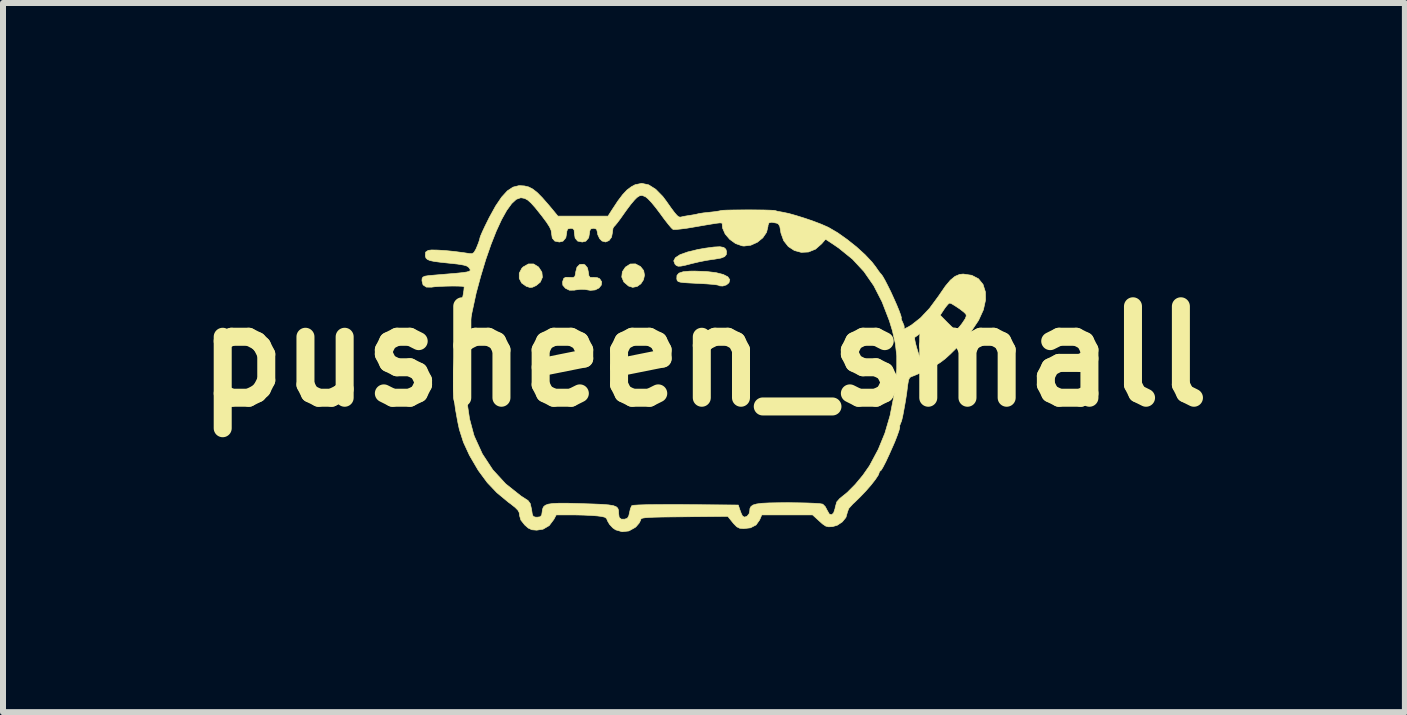
<source format=kicad_pcb>
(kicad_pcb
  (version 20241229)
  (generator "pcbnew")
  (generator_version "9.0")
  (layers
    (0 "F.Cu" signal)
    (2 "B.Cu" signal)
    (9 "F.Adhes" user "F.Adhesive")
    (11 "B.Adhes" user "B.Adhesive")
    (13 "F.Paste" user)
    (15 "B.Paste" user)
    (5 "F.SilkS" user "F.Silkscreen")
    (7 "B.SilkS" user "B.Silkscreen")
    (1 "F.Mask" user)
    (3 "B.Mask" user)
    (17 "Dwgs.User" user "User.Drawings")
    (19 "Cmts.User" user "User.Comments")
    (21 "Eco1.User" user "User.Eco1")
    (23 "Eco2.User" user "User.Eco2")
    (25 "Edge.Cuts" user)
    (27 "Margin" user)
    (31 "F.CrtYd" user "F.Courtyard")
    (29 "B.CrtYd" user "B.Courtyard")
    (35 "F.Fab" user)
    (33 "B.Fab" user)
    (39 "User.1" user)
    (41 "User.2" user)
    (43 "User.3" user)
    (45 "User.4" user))
  (footprint "pusheen_small"
    (layer "F.Cu")
    (at 8.68 2.888)
    (property "Reference" "pusheen_small" (at 0 0 0) (layer "F.SilkS") (effects (font (size 1.524 1.524) (thickness 0.3))))
    (attr through_hole)
    (fp_poly (pts (xy -1.058 -1.497) (xy -1.005 -1.43) (xy -0.991 -1.353) (xy -1.008 -1.276) (xy -1.051 -1.21) (xy -1.113 -1.165) (xy -1.187 -1.15) (xy -1.257 -1.172) (xy -1.335 -1.239) (xy -1.37 -1.322) (xy -1.36 -1.41) (xy -1.309 -1.487) (xy -1.228 -1.539) (xy -1.142 -1.541) (xy -1.058 -1.497)) (stroke (width 0.01) (type solid)) (fill yes) (layer "F.SilkS"))
    (fp_poly (pts (xy -2.758 -1.49) (xy -2.755 -1.487) (xy -2.701 -1.404) (xy -2.692 -1.317) (xy -2.727 -1.237) (xy -2.796 -1.18) (xy -2.857 -1.152) (xy -2.9 -1.148) (xy -2.954 -1.165) (xy -2.96 -1.167) (xy -3.038 -1.222) (xy -3.078 -1.299) (xy -3.078 -1.386) (xy -3.036 -1.467) (xy -3.013 -1.49) (xy -2.925 -1.54) (xy -2.839 -1.54) (xy -2.758 -1.49)) (stroke (width 0.01) (type solid)) (fill yes) (layer "F.SilkS"))
    (fp_poly (pts (xy 0.33 -1.815) (xy 0.364 -1.786) (xy 0.376 -1.748) (xy 0.373 -1.698) (xy 0.344 -1.662) (xy 0.283 -1.638) (xy 0.181 -1.62) (xy 0.14 -1.615) (xy 0.033 -1.598) (xy -0.092 -1.573) (xy -0.197 -1.548) (xy -0.309 -1.519) (xy -0.383 -1.504) (xy -0.43 -1.502) (xy -0.46 -1.514) (xy -0.482 -1.535) (xy -0.504 -1.591) (xy -0.476 -1.644) (xy -0.4 -1.694) (xy -0.274 -1.739) (xy -0.101 -1.781) (xy 0.025 -1.803) (xy 0.167 -1.822) (xy 0.266 -1.827) (xy 0.33 -1.815)) (stroke (width 0.01) (type solid)) (fill yes) (layer "F.SilkS"))
    (fp_poly (pts (xy 0.042 -1.414) (xy 0.201 -1.395) (xy 0.32 -1.365) (xy 0.397 -1.326) (xy 0.43 -1.278) (xy 0.416 -1.226) (xy 0.374 -1.191) (xy 0.314 -1.172) (xy 0.261 -1.175) (xy 0.247 -1.184) (xy 0.217 -1.191) (xy 0.145 -1.2) (xy 0.043 -1.208) (xy -0.08 -1.215) (xy -0.107 -1.216) (xy -0.244 -1.223) (xy -0.337 -1.229) (xy -0.397 -1.237) (xy -0.43 -1.248) (xy -0.446 -1.264) (xy -0.452 -1.287) (xy -0.453 -1.294) (xy -0.45 -1.349) (xy -0.417 -1.387) (xy -0.348 -1.41) (xy -0.239 -1.42) (xy -0.154 -1.421) (xy 0.042 -1.414)) (stroke (width 0.01) (type solid)) (fill yes) (layer "F.SilkS"))
    (fp_poly (pts (xy -1.983 -1.525) (xy -1.941 -1.474) (xy -1.926 -1.403) (xy -1.917 -1.341) (xy -1.896 -1.316) (xy -1.852 -1.315) (xy -1.846 -1.316) (xy -1.78 -1.312) (xy -1.738 -1.294) (xy -1.704 -1.242) (xy -1.711 -1.187) (xy -1.75 -1.139) (xy -1.813 -1.107) (xy -1.892 -1.1) (xy -1.911 -1.103) (xy -1.99 -1.116) (xy -2.058 -1.117) (xy -2.141 -1.107) (xy -2.16 -1.103) (xy -2.242 -1.102) (xy -2.307 -1.134) (xy -2.31 -1.137) (xy -2.352 -1.185) (xy -2.356 -1.24) (xy -2.352 -1.255) (xy -2.335 -1.301) (xy -2.302 -1.318) (xy -2.241 -1.316) (xy -2.179 -1.314) (xy -2.151 -1.331) (xy -2.14 -1.381) (xy -2.138 -1.403) (xy -2.116 -1.486) (xy -2.07 -1.532) (xy -2.008 -1.535) (xy -1.983 -1.525)) (stroke (width 0.01) (type solid)) (fill yes) (layer "F.SilkS"))
    (fp_poly (pts (xy -0.921 -2.858) (xy -0.804 -2.784) (xy -0.687 -2.665) (xy -0.63 -2.589) (xy -0.549 -2.474) (xy -0.49 -2.395) (xy -0.448 -2.347) (xy -0.418 -2.324) (xy -0.393 -2.32) (xy -0.386 -2.321) (xy -0.335 -2.333) (xy -0.258 -2.346) (xy -0.229 -2.35) (xy -0.158 -2.362) (xy -0.11 -2.372) (xy -0.102 -2.375) (xy -0.071 -2.381) (xy -0.005 -2.391) (xy 0.084 -2.4) (xy 0.089 -2.401) (xy 0.18 -2.411) (xy 0.25 -2.422) (xy 0.285 -2.43) (xy 0.285 -2.43) (xy 0.317 -2.434) (xy 0.388 -2.437) (xy 0.49 -2.439) (xy 0.612 -2.44) (xy 0.744 -2.441) (xy 0.875 -2.44) (xy 0.995 -2.439) (xy 1.095 -2.436) (xy 1.162 -2.433) (xy 1.188 -2.429) (xy 1.223 -2.418) (xy 1.289 -2.406) (xy 1.321 -2.4) (xy 1.413 -2.381) (xy 1.537 -2.346) (xy 1.678 -2.302) (xy 1.821 -2.253) (xy 1.952 -2.203) (xy 2.055 -2.158) (xy 2.078 -2.147) (xy 2.227 -2.06) (xy 2.385 -1.948) (xy 2.541 -1.824) (xy 2.683 -1.695) (xy 2.799 -1.572) (xy 2.86 -1.493) (xy 2.905 -1.428) (xy 2.939 -1.383) (xy 2.95 -1.372) (xy 2.976 -1.338) (xy 3.015 -1.27) (xy 3.062 -1.179) (xy 3.114 -1.074) (xy 3.165 -0.962) (xy 3.213 -0.854) (xy 3.252 -0.759) (xy 3.279 -0.685) (xy 3.29 -0.642) (xy 3.286 -0.635) (xy 3.289 -0.615) (xy 3.31 -0.568) (xy 3.313 -0.562) (xy 3.335 -0.507) (xy 3.336 -0.474) (xy 3.335 -0.473) (xy 3.325 -0.456) (xy 3.352 -0.464) (xy 3.405 -0.491) (xy 3.458 -0.523) (xy 3.607 -0.64) (xy 3.651 -0.686) (xy 3.936 -0.686) (xy 4.057 -0.563) (xy 4.121 -0.5) (xy 4.171 -0.455) (xy 4.197 -0.436) (xy 4.221 -0.453) (xy 4.263 -0.5) (xy 4.303 -0.552) (xy 4.353 -0.627) (xy 4.371 -0.674) (xy 4.363 -0.706) (xy 4.362 -0.707) (xy 4.323 -0.743) (xy 4.262 -0.79) (xy 4.193 -0.836) (xy 4.133 -0.873) (xy 4.096 -0.889) (xy 4.095 -0.889) (xy 4.068 -0.87) (xy 4.026 -0.82) (xy 4.003 -0.787) (xy 3.936 -0.686) (xy 3.651 -0.686) (xy 3.759 -0.801) (xy 3.907 -1.002) (xy 3.926 -1.03) (xy 4.023 -1.171) (xy 4.106 -1.27) (xy 4.183 -1.333) (xy 4.258 -1.365) (xy 4.319 -1.372) (xy 4.462 -1.351) (xy 4.574 -1.293) (xy 4.65 -1.199) (xy 4.69 -1.072) (xy 4.692 -0.94) (xy 4.656 -0.776) (xy 4.576 -0.601) (xy 4.451 -0.414) (xy 4.279 -0.213) (xy 4.216 -0.148) (xy 4.107 -0.04) (xy 4.018 0.041) (xy 3.937 0.102) (xy 3.851 0.155) (xy 3.746 0.209) (xy 3.744 0.21) (xy 3.64 0.259) (xy 3.549 0.301) (xy 3.483 0.328) (xy 3.46 0.336) (xy 3.429 0.353) (xy 3.409 0.394) (xy 3.396 0.469) (xy 3.392 0.499) (xy 3.378 0.613) (xy 3.359 0.735) (xy 3.35 0.787) (xy 3.333 0.882) (xy 3.317 0.968) (xy 3.31 1.003) (xy 3.293 1.074) (xy 3.273 1.124) (xy 3.259 1.16) (xy 3.262 1.168) (xy 3.262 1.19) (xy 3.246 1.247) (xy 3.217 1.328) (xy 3.18 1.423) (xy 3.161 1.467) (xy 3.09 1.627) (xy 3.031 1.754) (xy 2.984 1.845) (xy 2.953 1.896) (xy 2.941 1.905) (xy 2.922 1.925) (xy 2.921 1.934) (xy 2.904 1.979) (xy 2.857 2.05) (xy 2.787 2.14) (xy 2.701 2.239) (xy 2.606 2.339) (xy 2.51 2.433) (xy 2.482 2.458) (xy 2.413 2.534) (xy 2.388 2.601) (xy 2.388 2.604) (xy 2.365 2.684) (xy 2.305 2.758) (xy 2.221 2.814) (xy 2.141 2.837) (xy 2.077 2.84) (xy 2.028 2.828) (xy 1.975 2.792) (xy 1.923 2.745) (xy 1.81 2.642) (xy 0.963 2.642) (xy 0.927 2.726) (xy 0.868 2.809) (xy 0.775 2.857) (xy 0.66 2.87) (xy 0.595 2.864) (xy 0.545 2.839) (xy 0.491 2.783) (xy 0.479 2.768) (xy 0.397 2.666) (xy -0.326 2.673) (xy -0.536 2.675) (xy -0.702 2.677) (xy -0.827 2.68) (xy -0.918 2.684) (xy -0.981 2.689) (xy -1.021 2.695) (xy -1.043 2.704) (xy -1.053 2.716) (xy -1.056 2.731) (xy -1.08 2.778) (xy -1.129 2.835) (xy -1.147 2.851) (xy -1.251 2.909) (xy -1.363 2.922) (xy -1.471 2.891) (xy -1.519 2.858) (xy -1.573 2.8) (xy -1.607 2.742) (xy -1.61 2.734) (xy -1.624 2.7) (xy -1.656 2.679) (xy -1.716 2.666) (xy -1.781 2.658) (xy -1.877 2.651) (xy -2.004 2.645) (xy -2.139 2.642) (xy -2.2 2.642) (xy -2.462 2.642) (xy -2.501 2.716) (xy -2.579 2.82) (xy -2.682 2.88) (xy -2.787 2.896) (xy -2.868 2.889) (xy -2.928 2.861) (xy -2.987 2.809) (xy -3.051 2.728) (xy -3.073 2.652) (xy -3.073 2.645) (xy -3.079 2.603) (xy -3.1 2.564) (xy -3.145 2.518) (xy -3.222 2.457) (xy -3.258 2.431) (xy -3.45 2.272) (xy -3.61 2.104) (xy -3.754 1.909) (xy -3.769 1.886) (xy -3.907 1.65) (xy -4.008 1.431) (xy -4.076 1.218) (xy -4.099 1.111) (xy -4.111 1.048) (xy -4.127 0.958) (xy -4.141 0.882) (xy -4.163 0.711) (xy -4.173 0.5) (xy -4.172 0.413) (xy -3.971 0.413) (xy -3.951 0.741) (xy -3.906 1.041) (xy -3.836 1.304) (xy -3.826 1.333) (xy -3.693 1.625) (xy -3.519 1.89) (xy -3.304 2.124) (xy -3.05 2.326) (xy -2.932 2.402) (xy -2.895 2.452) (xy -2.873 2.548) (xy -2.872 2.554) (xy -2.861 2.629) (xy -2.845 2.666) (xy -2.814 2.678) (xy -2.781 2.68) (xy -2.728 2.673) (xy -2.704 2.643) (xy -2.697 2.597) (xy -2.69 2.548) (xy -2.675 2.509) (xy -2.645 2.482) (xy -2.597 2.463) (xy -2.522 2.452) (xy -2.416 2.447) (xy -2.273 2.447) (xy -2.086 2.452) (xy -2.032 2.454) (xy -1.841 2.46) (xy -1.694 2.466) (xy -1.587 2.475) (xy -1.512 2.487) (xy -1.464 2.505) (xy -1.437 2.529) (xy -1.425 2.562) (xy -1.422 2.605) (xy -1.422 2.617) (xy -1.413 2.684) (xy -1.379 2.712) (xy -1.322 2.713) (xy -1.277 2.698) (xy -1.253 2.658) (xy -1.242 2.609) (xy -1.226 2.539) (xy -1.206 2.492) (xy -1.202 2.488) (xy -1.17 2.481) (xy -1.091 2.476) (xy -0.968 2.472) (xy -0.805 2.47) (xy -0.605 2.469) (xy -0.372 2.469) (xy -0.303 2.47) (xy 0.572 2.477) (xy 0.597 2.553) (xy 0.621 2.617) (xy 0.643 2.661) (xy 0.677 2.679) (xy 0.719 2.663) (xy 0.752 2.622) (xy 0.762 2.579) (xy 0.766 2.535) (xy 0.783 2.502) (xy 0.817 2.477) (xy 0.875 2.46) (xy 0.962 2.448) (xy 1.085 2.442) (xy 1.248 2.439) (xy 1.404 2.438) (xy 1.57 2.44) (xy 1.718 2.443) (xy 1.84 2.448) (xy 1.929 2.454) (xy 1.977 2.462) (xy 1.98 2.463) (xy 2.021 2.504) (xy 2.054 2.567) (xy 2.088 2.627) (xy 2.126 2.64) (xy 2.16 2.609) (xy 2.184 2.536) (xy 2.186 2.52) (xy 2.212 2.426) (xy 2.262 2.369) (xy 2.388 2.267) (xy 2.521 2.133) (xy 2.647 1.982) (xy 2.754 1.829) (xy 2.764 1.812) (xy 2.904 1.55) (xy 3.015 1.279) (xy 3.1 0.989) (xy 3.163 0.667) (xy 3.191 0.459) (xy 3.212 0.21) (xy 3.212 -0.01) (xy 3.188 -0.217) (xy 3.171 -0.29) (xy 3.51 -0.29) (xy 3.522 -0.229) (xy 3.542 -0.151) (xy 3.567 -0.07) (xy 3.591 -0.000177) (xy 3.611 0.043) (xy 3.618 0.05) (xy 3.653 0.037) (xy 3.715 0.005) (xy 3.767 -0.027) (xy 3.84 -0.08) (xy 3.872 -0.12) (xy 3.87 -0.134) (xy 3.848 -0.171) (xy 3.807 -0.235) (xy 3.765 -0.298) (xy 3.678 -0.432) (xy 3.598 -0.377) (xy 3.545 -0.34) (xy 3.514 -0.318) (xy 3.511 -0.317) (xy 3.51 -0.29) (xy 3.171 -0.29) (xy 3.139 -0.43) (xy 3.089 -0.594) (xy 2.968 -0.907) (xy 2.829 -1.178) (xy 2.666 -1.413) (xy 2.474 -1.62) (xy 2.248 -1.803) (xy 2.161 -1.863) (xy 2.026 -1.952) (xy 1.962 -1.877) (xy 1.858 -1.786) (xy 1.741 -1.739) (xy 1.621 -1.733) (xy 1.506 -1.764) (xy 1.405 -1.83) (xy 1.328 -1.928) (xy 1.282 -2.056) (xy 1.277 -2.09) (xy 1.263 -2.167) (xy 1.238 -2.207) (xy 1.21 -2.22) (xy 1.128 -2.235) (xy 1.083 -2.224) (xy 1.067 -2.182) (xy 1.067 -2.168) (xy 1.043 -2.067) (xy 0.98 -1.975) (xy 0.889 -1.901) (xy 0.78 -1.852) (xy 0.666 -1.838) (xy 0.634 -1.842) (xy 0.526 -1.88) (xy 0.429 -1.95) (xy 0.353 -2.039) (xy 0.31 -2.137) (xy 0.305 -2.183) (xy 0.305 -2.202) (xy 0.303 -2.215) (xy 0.29 -2.223) (xy 0.261 -2.224) (xy 0.208 -2.218) (xy 0.126 -2.205) (xy 0.006 -2.185) (xy -0.156 -2.157) (xy -0.28 -2.136) (xy -0.388 -2.122) (xy -0.469 -2.114) (xy -0.513 -2.114) (xy -0.515 -2.115) (xy -0.543 -2.14) (xy -0.593 -2.199) (xy -0.658 -2.282) (xy -0.726 -2.375) (xy -0.802 -2.476) (xy -0.875 -2.565) (xy -0.936 -2.629) (xy -0.974 -2.659) (xy -1.03 -2.682) (xy -1.072 -2.676) (xy -1.115 -2.649) (xy -1.157 -2.607) (xy -1.218 -2.535) (xy -1.287 -2.443) (xy -1.328 -2.386) (xy -1.392 -2.295) (xy -1.447 -2.222) (xy -1.486 -2.175) (xy -1.499 -2.163) (xy -1.516 -2.135) (xy -1.524 -2.077) (xy -1.524 -2.07) (xy -1.54 -1.986) (xy -1.582 -1.93) (xy -1.639 -1.906) (xy -1.699 -1.922) (xy -1.738 -1.961) (xy -1.769 -2.026) (xy -1.778 -2.076) (xy -1.79 -2.12) (xy -1.835 -2.134) (xy -1.841 -2.134) (xy -1.889 -2.123) (xy -1.905 -2.083) (xy -1.905 -2.068) (xy -1.921 -1.976) (xy -1.968 -1.92) (xy -2.028 -1.905) (xy -2.105 -1.921) (xy -2.147 -1.971) (xy -2.159 -2.05) (xy -2.164 -2.108) (xy -2.188 -2.13) (xy -2.223 -2.134) (xy -2.27 -2.123) (xy -2.286 -2.083) (xy -2.286 -2.068) (xy -2.302 -1.976) (xy -2.349 -1.92) (xy -2.409 -1.905) (xy -2.486 -1.921) (xy -2.528 -1.971) (xy -2.54 -2.051) (xy -2.547 -2.099) (xy -2.573 -2.157) (xy -2.621 -2.232) (xy -2.697 -2.334) (xy -2.72 -2.363) (xy -2.811 -2.477) (xy -2.881 -2.555) (xy -2.936 -2.604) (xy -2.985 -2.631) (xy -3.034 -2.641) (xy -3.057 -2.642) (xy -3.127 -2.617) (xy -3.204 -2.546) (xy -3.287 -2.432) (xy -3.373 -2.278) (xy -3.461 -2.087) (xy -3.549 -1.864) (xy -3.637 -1.611) (xy -3.721 -1.332) (xy -3.796 -1.054) (xy -3.877 -0.678) (xy -3.934 -0.304) (xy -3.965 0.062) (xy -3.971 0.413) (xy -4.172 0.413) (xy -4.172 0.262) (xy -4.16 0.006) (xy -4.139 -0.256) (xy -4.108 -0.514) (xy -4.069 -0.757) (xy -4.035 -0.922) (xy -4.013 -1.023) (xy -4 -1.104) (xy -3.996 -1.153) (xy -3.998 -1.161) (xy -4.029 -1.168) (xy -4.098 -1.171) (xy -4.191 -1.172) (xy -4.296 -1.17) (xy -4.399 -1.166) (xy -4.488 -1.16) (xy -4.541 -1.153) (xy -4.626 -1.154) (xy -4.681 -1.191) (xy -4.699 -1.259) (xy -4.697 -1.296) (xy -4.684 -1.32) (xy -4.65 -1.336) (xy -4.586 -1.346) (xy -4.481 -1.355) (xy -4.47 -1.356) (xy -4.28 -1.372) (xy -4.134 -1.384) (xy -4.028 -1.395) (xy -3.957 -1.405) (xy -3.915 -1.416) (xy -3.896 -1.429) (xy -3.895 -1.445) (xy -3.907 -1.466) (xy -3.919 -1.482) (xy -3.949 -1.504) (xy -4.009 -1.522) (xy -4.106 -1.538) (xy -4.229 -1.551) (xy -4.381 -1.567) (xy -4.49 -1.581) (xy -4.563 -1.596) (xy -4.608 -1.615) (xy -4.632 -1.638) (xy -4.642 -1.67) (xy -4.643 -1.681) (xy -4.638 -1.737) (xy -4.597 -1.765) (xy -4.596 -1.766) (xy -4.538 -1.773) (xy -4.439 -1.771) (xy -4.309 -1.763) (xy -4.159 -1.748) (xy -3.999 -1.727) (xy -3.907 -1.713) (xy -3.863 -1.711) (xy -3.832 -1.732) (xy -3.801 -1.785) (xy -3.786 -1.819) (xy -3.756 -1.894) (xy -3.737 -1.953) (xy -3.734 -1.971) (xy -3.723 -2.005) (xy -3.693 -2.075) (xy -3.648 -2.171) (xy -3.592 -2.284) (xy -3.58 -2.309) (xy -3.472 -2.505) (xy -3.372 -2.653) (xy -3.276 -2.758) (xy -3.182 -2.82) (xy -3.087 -2.844) (xy -3.072 -2.845) (xy -2.992 -2.84) (xy -2.921 -2.823) (xy -2.853 -2.788) (xy -2.78 -2.731) (xy -2.695 -2.645) (xy -2.59 -2.525) (xy -2.531 -2.455) (xy -2.434 -2.337) (xy -2.017 -2.337) (xy -1.599 -2.337) (xy -1.53 -2.445) (xy -1.435 -2.589) (xy -1.355 -2.695) (xy -1.284 -2.771) (xy -1.214 -2.824) (xy -1.148 -2.86) (xy -1.037 -2.883) (xy -0.921 -2.858)) (stroke (width 0.01) (type solid)) (fill yes) (layer "F.SilkS")))
  (gr_rect
    (start -3 -3)
    (end 20.359 8.816)
    (stroke (width 0.1) (type default))
    (fill no)
    (layer "Edge.Cuts")))
</source>
